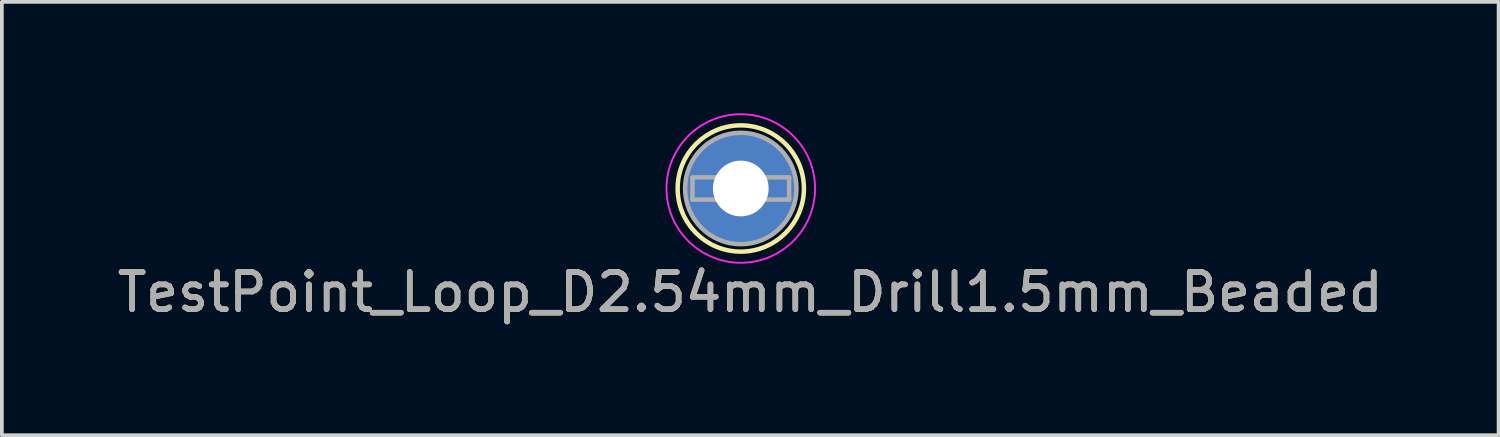
<source format=kicad_pcb>
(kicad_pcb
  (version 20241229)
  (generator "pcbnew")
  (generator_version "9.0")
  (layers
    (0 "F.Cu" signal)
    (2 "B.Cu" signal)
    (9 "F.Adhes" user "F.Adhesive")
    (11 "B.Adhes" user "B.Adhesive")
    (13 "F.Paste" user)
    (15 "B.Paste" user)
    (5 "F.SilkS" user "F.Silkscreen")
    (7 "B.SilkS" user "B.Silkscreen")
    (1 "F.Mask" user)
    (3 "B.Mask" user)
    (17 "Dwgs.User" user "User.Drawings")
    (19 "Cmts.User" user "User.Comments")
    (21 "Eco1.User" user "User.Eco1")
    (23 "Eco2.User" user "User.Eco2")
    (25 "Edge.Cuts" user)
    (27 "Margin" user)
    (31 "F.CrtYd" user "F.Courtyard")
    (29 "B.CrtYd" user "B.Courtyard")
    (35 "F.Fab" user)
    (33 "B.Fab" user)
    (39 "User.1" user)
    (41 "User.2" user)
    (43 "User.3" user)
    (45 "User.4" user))
  (footprint "TestPoint_Loop_D2.54mm_Drill1.5mm_Beaded"
    (layer "F.Cu")
    (at 16.895 2.025)
    (property "Reference" "TestPoint_Loop_D2.54mm_Drill1.5mm_Beaded" (at 0.254 2.794 0) (layer "F.SilkS") (effects (font (size 1 1) (thickness 0.15))))
    (attr through_hole)
    (fp_circle (center 0 0) (end 1.7 0) (stroke (width 0.12) (type solid)) (fill no) (layer "F.SilkS"))
    (fp_circle (center 0 0) (end 2 0) (stroke (width 0.05) (type solid)) (fill no) (layer "F.CrtYd"))
    (fp_line (start -1.3 -0.3) (end -1.3 0.3) (stroke (width 0.12) (type solid)) (layer "F.Fab"))
    (fp_line (start -1.3 0.3) (end 1.3 0.3) (stroke (width 0.12) (type solid)) (layer "F.Fab"))
    (fp_line (start 1.3 -0.3) (end -1.3 -0.3) (stroke (width 0.12) (type solid)) (layer "F.Fab"))
    (fp_line (start 1.3 0.3) (end 1.3 -0.3) (stroke (width 0.12) (type solid)) (layer "F.Fab"))
    (fp_circle (center 0 0) (end 1.5 0) (stroke (width 0.12) (type solid)) (fill no) (layer "F.Fab"))
    (fp_text user "${REFERENCE}" (at 0.254 2.794 0) (layer "F.Fab") (effects (font (size 1 1) (thickness 0.15))))
    (pad "1" thru_hole circle (at 0 0) (size 3 3) (drill 1.5) (layers "*.Cu" "*.Mask")))
  (gr_rect
    (start -3 -3)
    (end 37.298 8.667)
    (stroke (width 0.1) (type default))
    (fill no)
    (layer "Edge.Cuts")))
</source>
